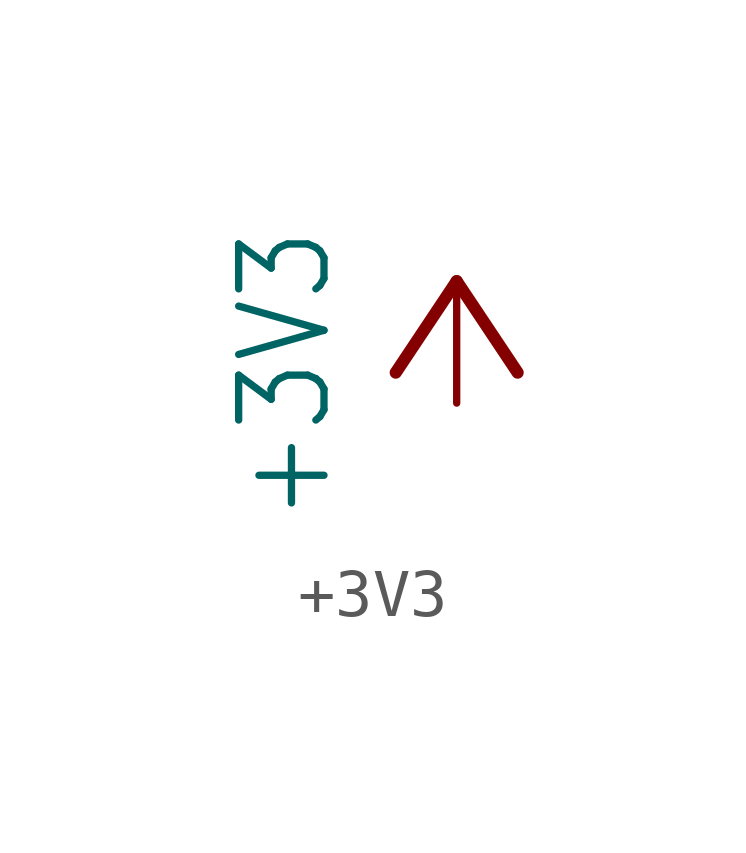
<source format=kicad_sym>
(kicad_symbol_lib
  (version 20201005)
  (generator kicad_symbol_editor)
  (symbol "+3V3"
    (power)
    (property "Reference" "#+3V3"
      (at 0 0 0)
      (effects (font (size 1.27 1.27)) hide))
    (property "Value" "+3V3"
      (at -2.54 -5.08 90)
      (effects (font (size 1.778 1.511)) (justify left bottom)))
    (property "ki_locked" ""
      (at 0 0 0)
      (effects (font (size 1.27 1.27))))
    (symbol "+3V3_1_0"
      (polyline (pts (xy 0 0) (xy -1.27 -1.905)) (stroke (width 0.254)) (fill (type none)))
      (polyline (pts (xy 1.27 -1.905) (xy 0 0)) (stroke (width 0.254)) (fill (type none)))
      (pin power_in line (at 0 -2.54 90) (length 2.54) (name "+3V3" (effects (font (size 0 0)))) (number "1" (effects (font (size 0 0))))))))
</source>
